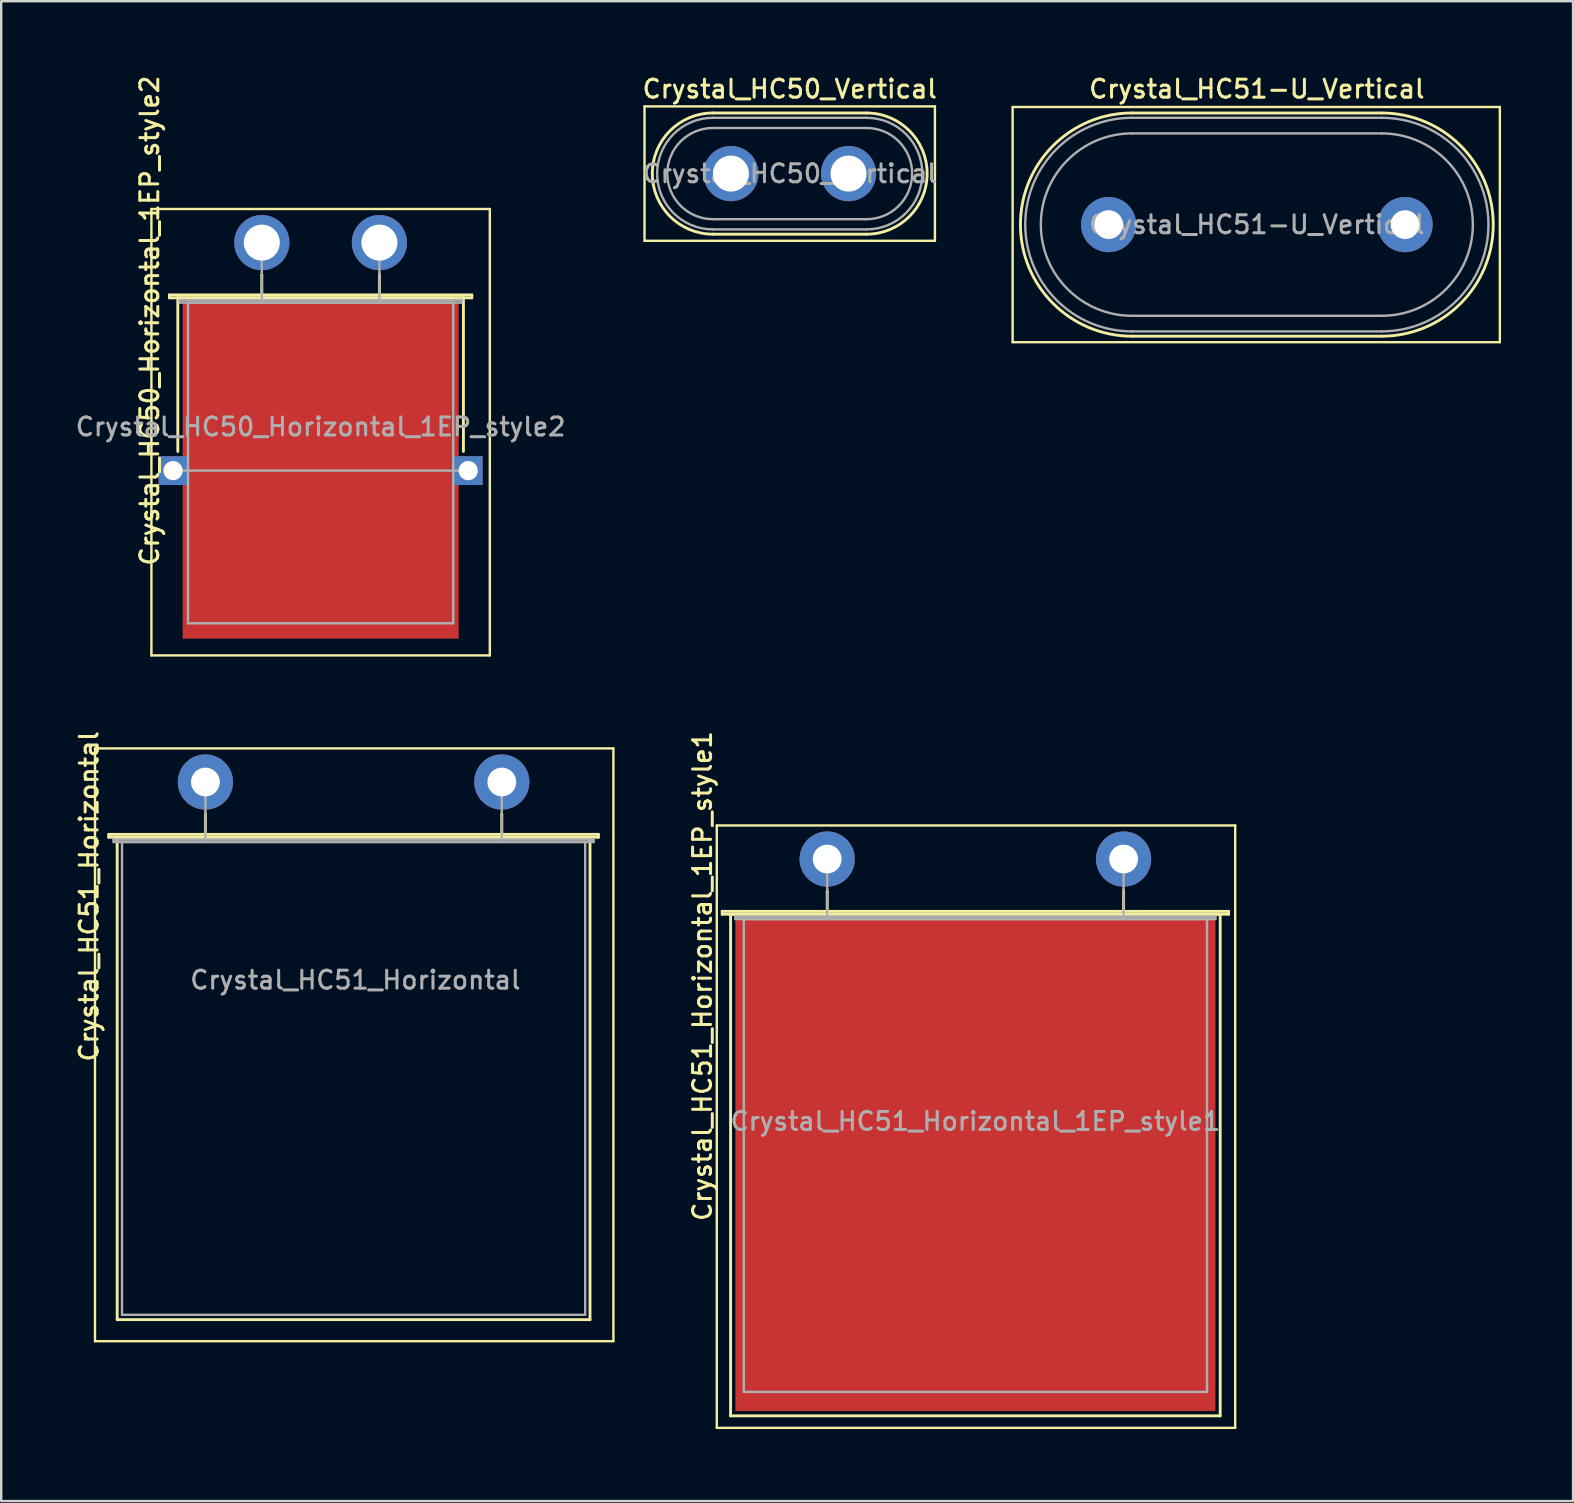
<source format=kicad_pcb>
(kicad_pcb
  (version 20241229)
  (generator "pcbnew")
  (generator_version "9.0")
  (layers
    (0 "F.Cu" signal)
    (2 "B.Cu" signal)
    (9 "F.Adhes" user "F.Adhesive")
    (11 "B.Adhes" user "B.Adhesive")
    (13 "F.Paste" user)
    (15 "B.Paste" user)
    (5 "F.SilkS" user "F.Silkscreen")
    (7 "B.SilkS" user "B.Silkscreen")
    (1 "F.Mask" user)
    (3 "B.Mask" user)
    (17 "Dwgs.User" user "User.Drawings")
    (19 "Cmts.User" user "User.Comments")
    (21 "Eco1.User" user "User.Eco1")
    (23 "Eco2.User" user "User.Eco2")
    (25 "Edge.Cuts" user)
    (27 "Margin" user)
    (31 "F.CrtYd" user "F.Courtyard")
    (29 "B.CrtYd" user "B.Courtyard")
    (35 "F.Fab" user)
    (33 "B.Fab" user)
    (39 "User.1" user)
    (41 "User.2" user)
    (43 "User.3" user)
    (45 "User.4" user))
  (footprint "Crystal_HC51-U_Vertical"
    (layer "F.Cu")
    (at 43.143 6.308)
    (property "Reference" "Crystal_HC51-U_Vertical" (at 6.175 -5.65 0) (layer "F.SilkS") (effects (font (size 0.75 0.75) (thickness 0.125))))
    (attr through_hole)
    (fp_line (start -4 -4.9) (end -4 4.9) (stroke (width 0.1) (type solid)) (layer "F.SilkS"))
    (fp_line (start -4 4.9) (end 16.3 4.9) (stroke (width 0.1) (type solid)) (layer "F.SilkS"))
    (fp_line (start 0.975 -4.65) (end 11.375 -4.65) (stroke (width 0.12) (type solid)) (layer "F.SilkS"))
    (fp_line (start 0.975 4.65) (end 11.375 4.65) (stroke (width 0.12) (type solid)) (layer "F.SilkS"))
    (fp_line (start 16.3 -4.9) (end -4 -4.9) (stroke (width 0.1) (type solid)) (layer "F.SilkS"))
    (fp_line (start 16.3 4.9) (end 16.3 -4.9) (stroke (width 0.1) (type solid)) (layer "F.SilkS"))
    (fp_arc (start 0.975 4.65) (mid -3.675 0) (end 0.975 -4.65) (stroke (width 0.12) (type solid)) (layer "F.SilkS"))
    (fp_arc (start 11.375 -4.65) (mid 16.025 0) (end 11.375 4.65) (stroke (width 0.12) (type solid)) (layer "F.SilkS"))
    (fp_line (start 0.975 -4.45) (end 11.375 -4.45) (stroke (width 0.1) (type solid)) (layer "F.Fab"))
    (fp_line (start 0.975 -3.8) (end 11.375 -3.8) (stroke (width 0.1) (type solid)) (layer "F.Fab"))
    (fp_line (start 0.975 3.8) (end 11.375 3.8) (stroke (width 0.1) (type solid)) (layer "F.Fab"))
    (fp_line (start 0.975 4.45) (end 11.375 4.45) (stroke (width 0.1) (type solid)) (layer "F.Fab"))
    (fp_arc (start 0.975 3.8) (mid -2.825 0) (end 0.975 -3.8) (stroke (width 0.1) (type solid)) (layer "F.Fab"))
    (fp_arc (start 0.975 4.45) (mid -3.475 0) (end 0.975 -4.45) (stroke (width 0.1) (type solid)) (layer "F.Fab"))
    (fp_arc (start 11.375 -4.45) (mid 15.825 0) (end 11.375 4.45) (stroke (width 0.1) (type solid)) (layer "F.Fab"))
    (fp_arc (start 11.375 -3.8) (mid 15.175 0) (end 11.375 3.8) (stroke (width 0.1) (type solid)) (layer "F.Fab"))
    (fp_text user "${REFERENCE}" (at 6.175 0 0) (layer "F.Fab") (effects (font (size 0.75 0.75) (thickness 0.125))))
    (pad "1" thru_hole circle (at 0 0) (size 2.3 2.3) (drill 1.2) (layers "*.Cu" "*.Mask"))
    (pad "2" thru_hole circle (at 12.35 0) (size 2.3 2.3) (drill 1.2) (layers "*.Cu" "*.Mask")))
  (footprint "Crystal_HC51_Horizontal"
    (layer "F.Cu")
    (at 5.508 29.534)
    (property "Reference" "Crystal_HC51_Horizontal" (at -4.85 4.763 90) (layer "F.SilkS") (effects (font (size 0.75 0.75) (thickness 0.125))))
    (attr through_hole)
    (fp_line (start -4.6 -1.4) (end -4.6 23.3) (stroke (width 0.1) (type solid)) (layer "F.SilkS"))
    (fp_line (start -4.6 23.3) (end 17 23.3) (stroke (width 0.1) (type solid)) (layer "F.SilkS"))
    (fp_line (start -4.025 2.18) (end 16.375 2.18) (stroke (width 0.12) (type solid)) (layer "F.SilkS"))
    (fp_line (start -4.025 2.3) (end -4.025 2.18) (stroke (width 0.12) (type solid)) (layer "F.SilkS"))
    (fp_line (start -3.675 2.3) (end -3.675 22.4) (stroke (width 0.12) (type solid)) (layer "F.SilkS"))
    (fp_line (start -3.675 22.4) (end 16.025 22.4) (stroke (width 0.12) (type solid)) (layer "F.SilkS"))
    (fp_line (start 0 1.35) (end 0 1.35) (stroke (width 0.12) (type solid)) (layer "F.SilkS"))
    (fp_line (start 0 2.3) (end 0 1.35) (stroke (width 0.12) (type solid)) (layer "F.SilkS"))
    (fp_line (start 12.35 1.35) (end 12.35 1.35) (stroke (width 0.12) (type solid)) (layer "F.SilkS"))
    (fp_line (start 12.35 2.3) (end 12.35 1.35) (stroke (width 0.12) (type solid)) (layer "F.SilkS"))
    (fp_line (start 16.025 2.3) (end -3.675 2.3) (stroke (width 0.12) (type solid)) (layer "F.SilkS"))
    (fp_line (start 16.025 22.4) (end 16.025 2.3) (stroke (width 0.12) (type solid)) (layer "F.SilkS"))
    (fp_line (start 16.375 2.18) (end 16.375 2.3) (stroke (width 0.12) (type solid)) (layer "F.SilkS"))
    (fp_line (start 16.375 2.3) (end -4.025 2.3) (stroke (width 0.12) (type solid)) (layer "F.SilkS"))
    (fp_line (start 17 -1.4) (end -4.6 -1.4) (stroke (width 0.1) (type solid)) (layer "F.SilkS"))
    (fp_line (start 17 23.3) (end 17 -1.4) (stroke (width 0.1) (type solid)) (layer "F.SilkS"))
    (fp_line (start -3.825 2.4) (end 16.175 2.4) (stroke (width 0.1) (type solid)) (layer "F.Fab"))
    (fp_line (start -3.825 2.5) (end -3.825 2.4) (stroke (width 0.1) (type solid)) (layer "F.Fab"))
    (fp_line (start -3.475 2.5) (end -3.475 22.2) (stroke (width 0.1) (type solid)) (layer "F.Fab"))
    (fp_line (start -3.475 22.2) (end 15.825 22.2) (stroke (width 0.1) (type solid)) (layer "F.Fab"))
    (fp_line (start 0 1.25) (end 0 0) (stroke (width 0.1) (type solid)) (layer "F.Fab"))
    (fp_line (start 0 2.5) (end 0 1.25) (stroke (width 0.1) (type solid)) (layer "F.Fab"))
    (fp_line (start 12.35 1.25) (end 12.35 0) (stroke (width 0.1) (type solid)) (layer "F.Fab"))
    (fp_line (start 12.35 2.5) (end 12.35 1.25) (stroke (width 0.1) (type solid)) (layer "F.Fab"))
    (fp_line (start 15.825 2.5) (end -3.475 2.5) (stroke (width 0.1) (type solid)) (layer "F.Fab"))
    (fp_line (start 15.825 22.2) (end 15.825 2.5) (stroke (width 0.1) (type solid)) (layer "F.Fab"))
    (fp_line (start 16.175 2.4) (end 16.175 2.5) (stroke (width 0.1) (type solid)) (layer "F.Fab"))
    (fp_line (start 16.175 2.5) (end -3.825 2.5) (stroke (width 0.1) (type solid)) (layer "F.Fab"))
    (fp_text user "${REFERENCE}" (at 6.25 8.25 0) (layer "F.Fab") (effects (font (size 0.75 0.75) (thickness 0.125))))
    (pad "1" thru_hole circle (at 0 0) (size 2.3 2.3) (drill 1.2) (layers "*.Cu" "*.Mask"))
    (pad "2" thru_hole circle (at 12.35 0) (size 2.3 2.3) (drill 1.2) (layers "*.Cu" "*.Mask")))
  (footprint "Crystal_HC50_Vertical"
    (layer "F.Cu")
    (at 27.405 4.183)
    (property "Reference" "Crystal_HC50_Vertical" (at 2.45 -3.525 0) (layer "F.SilkS") (effects (font (size 0.75 0.75) (thickness 0.125))))
    (attr through_hole)
    (fp_line (start -3.6 -2.8) (end -3.6 2.8) (stroke (width 0.1) (type solid)) (layer "F.SilkS"))
    (fp_line (start -3.6 2.8) (end 8.5 2.8) (stroke (width 0.1) (type solid)) (layer "F.SilkS"))
    (fp_line (start -0.75 -2.525) (end 5.65 -2.525) (stroke (width 0.12) (type solid)) (layer "F.SilkS"))
    (fp_line (start -0.75 2.525) (end 5.65 2.525) (stroke (width 0.12) (type solid)) (layer "F.SilkS"))
    (fp_line (start 8.5 -2.8) (end -3.6 -2.8) (stroke (width 0.1) (type solid)) (layer "F.SilkS"))
    (fp_line (start 8.5 2.8) (end 8.5 -2.8) (stroke (width 0.1) (type solid)) (layer "F.SilkS"))
    (fp_arc (start -0.75 2.525) (mid -3.275 0) (end -0.75 -2.525) (stroke (width 0.12) (type solid)) (layer "F.SilkS"))
    (fp_arc (start 5.65 -2.525) (mid 8.175 0) (end 5.65 2.525) (stroke (width 0.12) (type solid)) (layer "F.SilkS"))
    (fp_line (start -0.75 -2.325) (end 5.65 -2.325) (stroke (width 0.1) (type solid)) (layer "F.Fab"))
    (fp_line (start -0.75 -1.9) (end 5.65 -1.9) (stroke (width 0.1) (type solid)) (layer "F.Fab"))
    (fp_line (start -0.75 1.9) (end 5.65 1.9) (stroke (width 0.1) (type solid)) (layer "F.Fab"))
    (fp_line (start -0.75 2.325) (end 5.65 2.325) (stroke (width 0.1) (type solid)) (layer "F.Fab"))
    (fp_arc (start -0.75 1.9) (mid -2.65 0) (end -0.75 -1.9) (stroke (width 0.1) (type solid)) (layer "F.Fab"))
    (fp_arc (start -0.75 2.325) (mid -3.075 0) (end -0.75 -2.325) (stroke (width 0.1) (type solid)) (layer "F.Fab"))
    (fp_arc (start 5.65 -2.325) (mid 7.975 0) (end 5.65 2.325) (stroke (width 0.1) (type solid)) (layer "F.Fab"))
    (fp_arc (start 5.65 -1.9) (mid 7.55 0) (end 5.65 1.9) (stroke (width 0.1) (type solid)) (layer "F.Fab"))
    (fp_text user "${REFERENCE}" (at 2.45 0 0) (layer "F.Fab") (effects (font (size 0.75 0.75) (thickness 0.125))))
    (pad "1" thru_hole circle (at 0 0) (size 2.3 2.3) (drill 1.5) (layers "*.Cu" "*.Mask"))
    (pad "2" thru_hole circle (at 4.9 0) (size 2.3 2.3) (drill 1.5) (layers "*.Cu" "*.Mask")))
  (footprint "Crystal_HC50_Horizontal_1EP_style2"
    (layer "F.Cu")
    (at 7.859 7.059)
    (property "Reference" "Crystal_HC50_Horizontal_1EP_style2" (at -4.675 3.25 90) (layer "F.SilkS") (effects (font (size 0.75 0.75) (thickness 0.125))))
    (attr through_hole)
    (fp_line (start -4.6 -1.4) (end -4.6 17.2) (stroke (width 0.1) (type solid)) (layer "F.SilkS"))
    (fp_line (start -4.6 17.2) (end 9.5 17.2) (stroke (width 0.1) (type solid)) (layer "F.SilkS"))
    (fp_line (start -3.85 2.18) (end 8.75 2.18) (stroke (width 0.12) (type solid)) (layer "F.SilkS"))
    (fp_line (start -3.85 2.3) (end -3.85 2.18) (stroke (width 0.12) (type solid)) (layer "F.SilkS"))
    (fp_line (start -3.5 2.3) (end 8.4 2.3) (stroke (width 0.12) (type solid)) (layer "F.SilkS"))
    (fp_line (start -3.5 8.7) (end -3.5 2.3) (stroke (width 0.12) (type solid)) (layer "F.SilkS"))
    (fp_line (start 0 1.35) (end 0 1.35) (stroke (width 0.12) (type solid)) (layer "F.SilkS"))
    (fp_line (start 0 2.3) (end 0 1.35) (stroke (width 0.12) (type solid)) (layer "F.SilkS"))
    (fp_line (start 4.9 1.35) (end 4.9 1.35) (stroke (width 0.12) (type solid)) (layer "F.SilkS"))
    (fp_line (start 4.9 2.3) (end 4.9 1.35) (stroke (width 0.12) (type solid)) (layer "F.SilkS"))
    (fp_line (start 8.4 2.3) (end 8.4 8.7) (stroke (width 0.12) (type solid)) (layer "F.SilkS"))
    (fp_line (start 8.75 2.18) (end 8.75 2.3) (stroke (width 0.12) (type solid)) (layer "F.SilkS"))
    (fp_line (start 8.75 2.3) (end -3.85 2.3) (stroke (width 0.12) (type solid)) (layer "F.SilkS"))
    (fp_line (start 9.5 -1.4) (end -4.6 -1.4) (stroke (width 0.1) (type solid)) (layer "F.SilkS"))
    (fp_line (start 9.5 17.2) (end 9.5 -1.4) (stroke (width 0.1) (type solid)) (layer "F.SilkS"))
    (fp_line (start -3.7 9.5) (end 8.6 9.5) (stroke (width 0.1) (type solid)) (layer "F.Fab"))
    (fp_line (start -3.425 2.4) (end 8.325 2.4) (stroke (width 0.1) (type solid)) (layer "F.Fab"))
    (fp_line (start -3.425 2.5) (end -3.425 2.4) (stroke (width 0.1) (type solid)) (layer "F.Fab"))
    (fp_line (start -3.075 2.5) (end -3.075 15.86) (stroke (width 0.1) (type solid)) (layer "F.Fab"))
    (fp_line (start -3.075 15.86) (end 7.975 15.86) (stroke (width 0.1) (type solid)) (layer "F.Fab"))
    (fp_line (start 0 1.25) (end 0 0) (stroke (width 0.1) (type solid)) (layer "F.Fab"))
    (fp_line (start 0 2.5) (end 0 1.25) (stroke (width 0.1) (type solid)) (layer "F.Fab"))
    (fp_line (start 4.9 1.25) (end 4.9 0) (stroke (width 0.1) (type solid)) (layer "F.Fab"))
    (fp_line (start 4.9 2.5) (end 4.9 1.25) (stroke (width 0.1) (type solid)) (layer "F.Fab"))
    (fp_line (start 7.975 2.5) (end -3.075 2.5) (stroke (width 0.1) (type solid)) (layer "F.Fab"))
    (fp_line (start 7.975 15.86) (end 7.975 2.5) (stroke (width 0.1) (type solid)) (layer "F.Fab"))
    (fp_line (start 8.325 2.4) (end 8.325 2.5) (stroke (width 0.1) (type solid)) (layer "F.Fab"))
    (fp_line (start 8.325 2.5) (end -3.425 2.5) (stroke (width 0.1) (type solid)) (layer "F.Fab"))
    (fp_text user "${REFERENCE}" (at 2.45 7.675 0) (layer "F.Fab") (effects (font (size 0.75 0.75) (thickness 0.125))))
    (pad "1" thru_hole circle (at 0 0) (size 2.3 2.3) (drill 1.5) (layers "*.Cu" "*.Mask"))
    (pad "2" thru_hole circle (at 4.9 0) (size 2.3 2.3) (drill 1.5) (layers "*.Cu" "*.Mask"))
    (pad "3" thru_hole rect (at -3.7 9.5) (size 1.2 1.2) (drill 0.8) (layers "*.Cu" "*.Mask"))
    (pad "3" smd rect (at 2.45 9.5) (size 11.5 14) (layers "F.Cu" "F.Mask" "F.Paste"))
    (pad "3" thru_hole rect (at 8.6 9.5) (size 1.2 1.2) (drill 0.8) (layers "*.Cu" "*.Mask")))
  (footprint "Crystal_HC51_Horizontal_1EP_style1"
    (layer "F.Cu")
    (at 31.416 32.743)
    (property "Reference" "Crystal_HC51_Horizontal_1EP_style1" (at -5.2 4.875 90) (layer "F.SilkS") (effects (font (size 0.75 0.75) (thickness 0.125))))
    (attr through_hole)
    (fp_line (start -4.6 -1.4) (end -4.6 23.7) (stroke (width 0.1) (type solid)) (layer "F.SilkS"))
    (fp_line (start -4.6 23.7) (end 17 23.7) (stroke (width 0.1) (type solid)) (layer "F.SilkS"))
    (fp_line (start -4.375 2.18) (end 16.725 2.18) (stroke (width 0.12) (type solid)) (layer "F.SilkS"))
    (fp_line (start -4.375 2.3) (end -4.375 2.18) (stroke (width 0.12) (type solid)) (layer "F.SilkS"))
    (fp_line (start -4.025 2.3) (end -4.025 23.2) (stroke (width 0.12) (type solid)) (layer "F.SilkS"))
    (fp_line (start -4.025 23.2) (end 16.375 23.2) (stroke (width 0.12) (type solid)) (layer "F.SilkS"))
    (fp_line (start 0 1.35) (end 0 1.35) (stroke (width 0.12) (type solid)) (layer "F.SilkS"))
    (fp_line (start 0 2.3) (end 0 1.35) (stroke (width 0.12) (type solid)) (layer "F.SilkS"))
    (fp_line (start 12.35 1.35) (end 12.35 1.35) (stroke (width 0.12) (type solid)) (layer "F.SilkS"))
    (fp_line (start 12.35 2.3) (end 12.35 1.35) (stroke (width 0.12) (type solid)) (layer "F.SilkS"))
    (fp_line (start 16.375 2.3) (end -4.025 2.3) (stroke (width 0.12) (type solid)) (layer "F.SilkS"))
    (fp_line (start 16.375 23.2) (end 16.375 2.3) (stroke (width 0.12) (type solid)) (layer "F.SilkS"))
    (fp_line (start 16.725 2.18) (end 16.725 2.3) (stroke (width 0.12) (type solid)) (layer "F.SilkS"))
    (fp_line (start 16.725 2.3) (end -4.375 2.3) (stroke (width 0.12) (type solid)) (layer "F.SilkS"))
    (fp_line (start 17 -1.4) (end -4.6 -1.4) (stroke (width 0.1) (type solid)) (layer "F.SilkS"))
    (fp_line (start 17 23.7) (end 17 -1.4) (stroke (width 0.1) (type solid)) (layer "F.SilkS"))
    (fp_line (start -3.825 2.4) (end 16.175 2.4) (stroke (width 0.1) (type solid)) (layer "F.Fab"))
    (fp_line (start -3.825 2.5) (end -3.825 2.4) (stroke (width 0.1) (type solid)) (layer "F.Fab"))
    (fp_line (start -3.475 2.5) (end -3.475 22.2) (stroke (width 0.1) (type solid)) (layer "F.Fab"))
    (fp_line (start -3.475 22.2) (end 15.825 22.2) (stroke (width 0.1) (type solid)) (layer "F.Fab"))
    (fp_line (start 0 1.25) (end 0 0) (stroke (width 0.1) (type solid)) (layer "F.Fab"))
    (fp_line (start 0 2.5) (end 0 1.25) (stroke (width 0.1) (type solid)) (layer "F.Fab"))
    (fp_line (start 12.35 1.25) (end 12.35 0) (stroke (width 0.1) (type solid)) (layer "F.Fab"))
    (fp_line (start 12.35 2.5) (end 12.35 1.25) (stroke (width 0.1) (type solid)) (layer "F.Fab"))
    (fp_line (start 15.825 2.5) (end -3.475 2.5) (stroke (width 0.1) (type solid)) (layer "F.Fab"))
    (fp_line (start 15.825 22.2) (end 15.825 2.5) (stroke (width 0.1) (type solid)) (layer "F.Fab"))
    (fp_line (start 16.175 2.4) (end 16.175 2.5) (stroke (width 0.1) (type solid)) (layer "F.Fab"))
    (fp_line (start 16.175 2.5) (end -3.825 2.5) (stroke (width 0.1) (type solid)) (layer "F.Fab"))
    (fp_text user "${REFERENCE}" (at 6.175 10.925 0) (layer "F.Fab") (effects (font (size 0.75 0.75) (thickness 0.125))))
    (pad "1" thru_hole circle (at 0 0) (size 2.3 2.3) (drill 1.2) (layers "*.Cu" "*.Mask"))
    (pad "2" thru_hole circle (at 12.35 0) (size 2.3 2.3) (drill 1.2) (layers "*.Cu" "*.Mask"))
    (pad "3" smd rect (at 6.175 12.75) (size 20 20.5) (layers "F.Cu" "F.Mask" "F.Paste")))
  (gr_rect
    (start -3 -3)
    (end 62.493 59.493)
    (stroke (width 0.1) (type default))
    (fill no)
    (layer "Edge.Cuts")))
</source>
